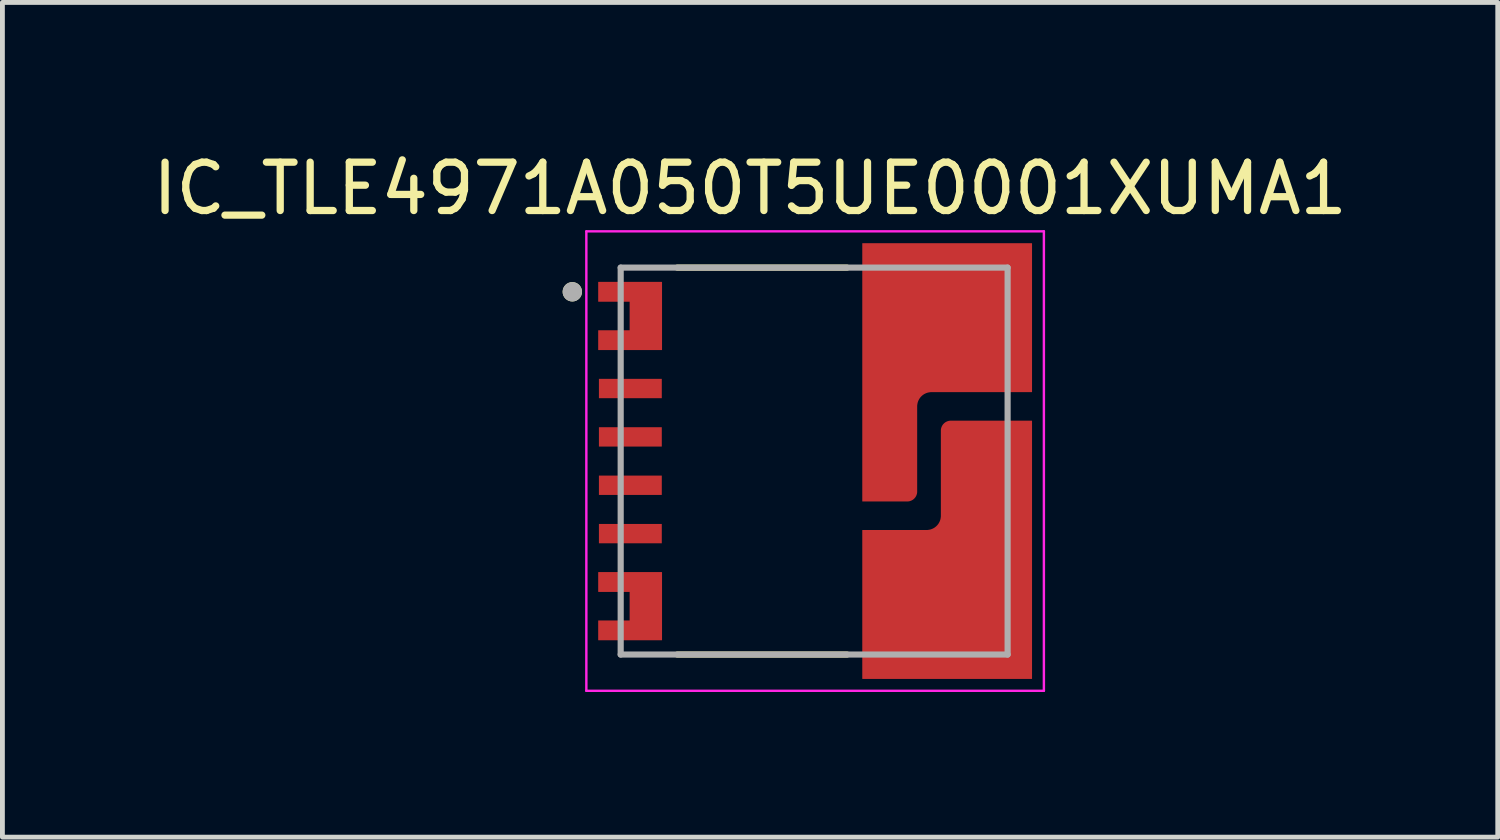
<source format=kicad_pcb>
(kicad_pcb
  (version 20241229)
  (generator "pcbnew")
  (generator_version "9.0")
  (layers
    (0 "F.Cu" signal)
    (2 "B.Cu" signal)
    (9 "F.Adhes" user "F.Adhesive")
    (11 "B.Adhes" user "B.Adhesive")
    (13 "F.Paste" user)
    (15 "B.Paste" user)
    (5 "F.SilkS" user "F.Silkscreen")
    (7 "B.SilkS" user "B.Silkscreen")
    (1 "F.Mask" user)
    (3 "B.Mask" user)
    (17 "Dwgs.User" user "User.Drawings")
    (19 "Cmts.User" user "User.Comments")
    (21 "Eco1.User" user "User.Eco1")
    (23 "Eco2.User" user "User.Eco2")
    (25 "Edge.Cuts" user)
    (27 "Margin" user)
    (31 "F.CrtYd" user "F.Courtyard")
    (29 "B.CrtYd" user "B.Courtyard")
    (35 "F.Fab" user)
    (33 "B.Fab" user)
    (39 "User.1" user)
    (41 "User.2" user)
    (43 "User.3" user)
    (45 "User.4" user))
  (footprint "IC_TLE4971A050T5UE0001XUMA1"
    (layer "F.Cu")
    (at 13.783 6.483)
    (property "Reference" "IC_TLE4971A050T5UE0001XUMA1" (at -1.325 -5.635 0) (layer "F.SilkS") (effects (font (size 1 1) (thickness 0.15))))
    (attr smd)
    (fp_poly (pts (xy -3.05 -3.8) (xy -3.05 -2.2) (xy -4.56 -2.2) (xy -4.56 -2.8) (xy -3.91 -2.8) (xy -3.91 -3.2) (xy -4.56 -3.2) (xy -4.56 -3.8)) (stroke (width 0.01) (type solid)) (fill yes) (layer "F.Mask"))
    (fp_poly (pts (xy -3.05 2.2) (xy -3.05 3.8) (xy -4.56 3.8) (xy -4.56 3.2) (xy -3.91 3.2) (xy -3.91 2.8) (xy -4.56 2.8) (xy -4.56 2.2)) (stroke (width 0.01) (type solid)) (fill yes) (layer "F.Mask"))
    (fp_poly (pts (xy 0.9 -4.6) (xy 0.9 0.93) (xy 1.925 0.93) (xy 1.941 0.93) (xy 1.956 0.928) (xy 1.972 0.926) (xy 1.987 0.923) (xy 2.003 0.92) (xy 2.018 0.915) (xy 2.033 0.91) (xy 2.047 0.904) (xy 2.061 0.897) (xy 2.075 0.89) (xy 2.088 0.882) (xy 2.101 0.873) (xy 2.114 0.863) (xy 2.126 0.853) (xy 2.137 0.842) (xy 2.148 0.831) (xy 2.158 0.819) (xy 2.168 0.806) (xy 2.177 0.793) (xy 2.185 0.78) (xy 2.192 0.766) (xy 2.199 0.752) (xy 2.205 0.738) (xy 2.21 0.723) (xy 2.215 0.708) (xy 2.218 0.692) (xy 2.221 0.677) (xy 2.223 0.661) (xy 2.225 0.646) (xy 2.225 0.63) (xy 2.225 -1.13) (xy 2.225 -1.14) (xy 2.226 -1.151) (xy 2.227 -1.161) (xy 2.229 -1.172) (xy 2.232 -1.182) (xy 2.235 -1.192) (xy 2.238 -1.202) (xy 2.242 -1.211) (xy 2.247 -1.221) (xy 2.252 -1.23) (xy 2.257 -1.239) (xy 2.263 -1.248) (xy 2.27 -1.256) (xy 2.276 -1.264) (xy 2.284 -1.271) (xy 2.291 -1.279) (xy 2.299 -1.285) (xy 2.307 -1.292) (xy 2.316 -1.298) (xy 2.325 -1.303) (xy 2.334 -1.308) (xy 2.344 -1.313) (xy 2.353 -1.317) (xy 2.363 -1.32) (xy 2.373 -1.323) (xy 2.383 -1.326) (xy 2.394 -1.328) (xy 2.404 -1.329) (xy 2.415 -1.33) (xy 2.425 -1.33) (xy 4.6 -1.33) (xy 4.6 -4.6) (xy 0.9 -4.6)) (stroke (width 0.01) (type solid)) (fill yes) (layer "F.Mask"))
    (fp_poly (pts (xy 4.6 4.6) (xy 0.9 4.6) (xy 0.9 1.33) (xy 2.325 1.33) (xy 2.335 1.33) (xy 2.346 1.329) (xy 2.356 1.328) (xy 2.367 1.326) (xy 2.377 1.323) (xy 2.387 1.32) (xy 2.397 1.317) (xy 2.406 1.313) (xy 2.416 1.308) (xy 2.425 1.303) (xy 2.434 1.298) (xy 2.443 1.292) (xy 2.451 1.285) (xy 2.459 1.279) (xy 2.466 1.271) (xy 2.474 1.264) (xy 2.48 1.256) (xy 2.487 1.248) (xy 2.493 1.239) (xy 2.498 1.23) (xy 2.503 1.221) (xy 2.508 1.211) (xy 2.512 1.202) (xy 2.515 1.192) (xy 2.518 1.182) (xy 2.521 1.172) (xy 2.523 1.161) (xy 2.524 1.151) (xy 2.525 1.14) (xy 2.525 1.13) (xy 2.525 -0.63) (xy 2.525 -0.646) (xy 2.527 -0.661) (xy 2.529 -0.677) (xy 2.532 -0.692) (xy 2.535 -0.708) (xy 2.54 -0.723) (xy 2.545 -0.738) (xy 2.551 -0.752) (xy 2.558 -0.766) (xy 2.565 -0.78) (xy 2.573 -0.793) (xy 2.582 -0.806) (xy 2.592 -0.819) (xy 2.602 -0.831) (xy 2.613 -0.842) (xy 2.624 -0.853) (xy 2.636 -0.863) (xy 2.649 -0.873) (xy 2.662 -0.882) (xy 2.675 -0.89) (xy 2.689 -0.897) (xy 2.703 -0.904) (xy 2.717 -0.91) (xy 2.732 -0.915) (xy 2.747 -0.92) (xy 2.763 -0.923) (xy 2.778 -0.926) (xy 2.794 -0.928) (xy 2.809 -0.93) (xy 2.825 -0.93) (xy 4.6 -0.93) (xy 4.6 4.6)) (stroke (width 0.01) (type solid)) (fill yes) (layer "F.Mask"))
    (fp_line (start -2.83 -4) (end 0.68 -4) (stroke (width 0.127) (type solid)) (layer "F.SilkS"))
    (fp_line (start -2.83 4) (end 0.68 4) (stroke (width 0.127) (type solid)) (layer "F.SilkS"))
    (fp_circle (center -5 -3.5) (end -4.9 -3.5) (stroke (width 0.2) (type solid)) (fill no) (layer "F.SilkS"))
    (fp_poly (pts (xy -4.44 -3.65) (xy -3.24 -3.65) (xy -3.24 -3.35) (xy -4.44 -3.35)) (stroke (width 0.01) (type solid)) (fill yes) (layer "F.Paste"))
    (fp_poly (pts (xy -4.44 -2.65) (xy -3.24 -2.65) (xy -3.24 -2.35) (xy -4.44 -2.35)) (stroke (width 0.01) (type solid)) (fill yes) (layer "F.Paste"))
    (fp_poly (pts (xy -4.44 -1.65) (xy -3.24 -1.65) (xy -3.24 -1.35) (xy -4.44 -1.35)) (stroke (width 0.01) (type solid)) (fill yes) (layer "F.Paste"))
    (fp_poly (pts (xy -4.44 -0.65) (xy -3.24 -0.65) (xy -3.24 -0.35) (xy -4.44 -0.35)) (stroke (width 0.01) (type solid)) (fill yes) (layer "F.Paste"))
    (fp_poly (pts (xy -4.44 0.35) (xy -3.24 0.35) (xy -3.24 0.65) (xy -4.44 0.65)) (stroke (width 0.01) (type solid)) (fill yes) (layer "F.Paste"))
    (fp_poly (pts (xy -4.44 1.35) (xy -3.24 1.35) (xy -3.24 1.65) (xy -4.44 1.65)) (stroke (width 0.01) (type solid)) (fill yes) (layer "F.Paste"))
    (fp_poly (pts (xy -4.44 2.35) (xy -3.24 2.35) (xy -3.24 2.65) (xy -4.44 2.65)) (stroke (width 0.01) (type solid)) (fill yes) (layer "F.Paste"))
    (fp_poly (pts (xy -4.44 3.35) (xy -3.24 3.35) (xy -3.24 3.65) (xy -4.44 3.65)) (stroke (width 0.01) (type solid)) (fill yes) (layer "F.Paste"))
    (fp_poly (pts (xy -3.74 -3.2) (xy -3.24 -3.2) (xy -3.24 -2.8) (xy -3.74 -2.8)) (stroke (width 0.01) (type solid)) (fill yes) (layer "F.Paste"))
    (fp_poly (pts (xy -3.74 2.8) (xy -3.24 2.8) (xy -3.24 3.2) (xy -3.74 3.2)) (stroke (width 0.01) (type solid)) (fill yes) (layer "F.Paste"))
    (fp_poly (pts (xy 1.211 -4.25) (xy 1.911 -4.25) (xy 1.911 -3.025) (xy 1.211 -3.025)) (stroke (width 0.01) (type solid)) (fill yes) (layer "F.Paste"))
    (fp_poly (pts (xy 1.211 -2.225) (xy 1.911 -2.225) (xy 1.911 -0.625) (xy 1.211 -0.625)) (stroke (width 0.01) (type solid)) (fill yes) (layer "F.Paste"))
    (fp_poly (pts (xy 1.211 0.175) (xy 1.911 0.175) (xy 1.911 0.63) (xy 1.211 0.63)) (stroke (width 0.01) (type solid)) (fill yes) (layer "F.Paste"))
    (fp_poly (pts (xy 1.211 1.63) (xy 1.911 1.63) (xy 1.911 2.175) (xy 1.211 2.175)) (stroke (width 0.01) (type solid)) (fill yes) (layer "F.Paste"))
    (fp_poly (pts (xy 1.211 2.975) (xy 1.911 2.975) (xy 1.911 4.25) (xy 1.211 4.25)) (stroke (width 0.01) (type solid)) (fill yes) (layer "F.Paste"))
    (fp_poly (pts (xy 2.111 -4.25) (xy 3.061 -4.25) (xy 3.061 -1.63) (xy 2.111 -1.63)) (stroke (width 0.01) (type solid)) (fill yes) (layer "F.Paste"))
    (fp_poly (pts (xy 2.111 1.63) (xy 2.648 1.63) (xy 2.648 4.25) (xy 2.111 4.25)) (stroke (width 0.01) (type solid)) (fill yes) (layer "F.Paste"))
    (fp_poly (pts (xy 2.848 -0.625) (xy 3.711 -0.625) (xy 3.711 -0.125) (xy 2.848 -0.125)) (stroke (width 0.01) (type solid)) (fill yes) (layer "F.Paste"))
    (fp_poly (pts (xy 2.848 0.675) (xy 3.711 0.675) (xy 3.711 2.175) (xy 2.848 2.175)) (stroke (width 0.01) (type solid)) (fill yes) (layer "F.Paste"))
    (fp_poly (pts (xy 2.848 2.975) (xy 3.711 2.975) (xy 3.711 4.25) (xy 2.848 4.25)) (stroke (width 0.01) (type solid)) (fill yes) (layer "F.Paste"))
    (fp_poly (pts (xy 3.261 -4.25) (xy 3.711 -4.25) (xy 3.711 -3.025) (xy 3.261 -3.025)) (stroke (width 0.01) (type solid)) (fill yes) (layer "F.Paste"))
    (fp_poly (pts (xy 3.261 -2.225) (xy 3.711 -2.225) (xy 3.711 -1.63) (xy 3.261 -1.63)) (stroke (width 0.01) (type solid)) (fill yes) (layer "F.Paste"))
    (fp_poly (pts (xy 3.911 -4.25) (xy 4.311 -4.25) (xy 4.311 -1.63) (xy 3.911 -1.63)) (stroke (width 0.01) (type solid)) (fill yes) (layer "F.Paste"))
    (fp_poly (pts (xy 3.911 -0.625) (xy 4.311 -0.625) (xy 4.311 1.43) (xy 3.911 1.43)) (stroke (width 0.01) (type solid)) (fill yes) (layer "F.Paste"))
    (fp_poly (pts (xy 3.911 1.63) (xy 4.311 1.63) (xy 4.311 4.25) (xy 3.911 4.25)) (stroke (width 0.01) (type solid)) (fill yes) (layer "F.Paste"))
    (fp_line (start -4.71 -4.75) (end -4.71 4.75) (stroke (width 0.05) (type solid)) (layer "F.CrtYd"))
    (fp_line (start -4.71 4.75) (end 4.75 4.75) (stroke (width 0.05) (type solid)) (layer "F.CrtYd"))
    (fp_line (start 4.75 -4.75) (end -4.71 -4.75) (stroke (width 0.05) (type solid)) (layer "F.CrtYd"))
    (fp_line (start 4.75 4.75) (end 4.75 -4.75) (stroke (width 0.05) (type solid)) (layer "F.CrtYd"))
    (fp_line (start -4 -4) (end 4 -4) (stroke (width 0.127) (type solid)) (layer "F.Fab"))
    (fp_line (start -4 4) (end -4 -4) (stroke (width 0.127) (type solid)) (layer "F.Fab"))
    (fp_line (start 4 -4) (end 4 4) (stroke (width 0.127) (type solid)) (layer "F.Fab"))
    (fp_line (start 4 4) (end -4 4) (stroke (width 0.127) (type solid)) (layer "F.Fab"))
    (fp_circle (center -5 -3.5) (end -4.9 -3.5) (stroke (width 0.2) (type solid)) (fill no) (layer "F.Fab"))
    (pad "1" smd custom (at -3.5 -3) (size 0.4 0.4) (layers "F.Cu") (options (anchor rect)) (primitives (gr_poly (pts (xy 0.35 -0.7) (xy 0.35 0.7) (xy -0.96 0.7) (xy -0.96 0.3) (xy -0.31 0.3) (xy -0.31 -0.3) (xy -0.96 -0.3) (xy -0.96 -0.7)) (width 0.01) (fill yes))))
    (pad "2" smd rect (at -3.8 -1.5) (size 1.3 0.4) (layers "F.Cu" "F.Mask"))
    (pad "3" smd rect (at -3.8 -0.5) (size 1.3 0.4) (layers "F.Cu" "F.Mask"))
    (pad "4" smd rect (at -3.8 0.5) (size 1.3 0.4) (layers "F.Cu" "F.Mask"))
    (pad "5" smd rect (at -3.8 1.5) (size 1.3 0.4) (layers "F.Cu" "F.Mask"))
    (pad "6" smd custom (at -3.5 3) (size 0.4 0.4) (layers "F.Cu") (options (anchor rect)) (primitives (gr_poly (pts (xy 0.35 -0.7) (xy 0.35 0.7) (xy -0.96 0.7) (xy -0.96 0.3) (xy -0.31 0.3) (xy -0.31 -0.3) (xy -0.96 -0.3) (xy -0.96 -0.7)) (width 0.01) (fill yes))))
    (pad "7" smd custom (at 3.5 3) (size 0.4 0.4) (layers "F.Cu") (options (anchor rect)) (primitives (gr_poly (pts (xy 1 1.5) (xy -2.5 1.5) (xy -2.5 -1.57) (xy -1.175 -1.57) (xy -1.159 -1.57) (xy -1.144 -1.572) (xy -1.128 -1.574) (xy -1.113 -1.577) (xy -1.097 -1.58) (xy -1.082 -1.585) (xy -1.067 -1.59) (xy -1.053 -1.596) (xy -1.039 -1.603) (xy -1.025 -1.61) (xy -1.012 -1.618) (xy -0.999 -1.627) (xy -0.986 -1.637) (xy -0.974 -1.647) (xy -0.963 -1.658) (xy -0.952 -1.669) (xy -0.942 -1.681) (xy -0.932 -1.694) (xy -0.923 -1.707) (xy -0.915 -1.72) (xy -0.908 -1.734) (xy -0.901 -1.748) (xy -0.895 -1.762) (xy -0.89 -1.777) (xy -0.885 -1.792) (xy -0.882 -1.808) (xy -0.879 -1.823) (xy -0.877 -1.839) (xy -0.875 -1.854) (xy -0.875 -1.87) (xy -0.875 -3.63) (xy -0.875 -3.64) (xy -0.874 -3.651) (xy -0.873 -3.661) (xy -0.871 -3.672) (xy -0.868 -3.682) (xy -0.865 -3.692) (xy -0.862 -3.702) (xy -0.858 -3.711) (xy -0.853 -3.721) (xy -0.848 -3.73) (xy -0.843 -3.739) (xy -0.837 -3.748) (xy -0.83 -3.756) (xy -0.824 -3.764) (xy -0.816 -3.771) (xy -0.809 -3.779) (xy -0.801 -3.785) (xy -0.793 -3.792) (xy -0.784 -3.798) (xy -0.775 -3.803) (xy -0.766 -3.808) (xy -0.756 -3.813) (xy -0.747 -3.817) (xy -0.737 -3.82) (xy -0.727 -3.823) (xy -0.717 -3.826) (xy -0.706 -3.828) (xy -0.696 -3.829) (xy -0.685 -3.83) (xy -0.675 -3.83) (xy 1 -3.83) (xy 1 1.5)) (width 0.01) (fill yes))))
    (pad "8" smd custom (at 3.5 -3) (size 0.4 0.4) (layers "F.Cu") (options (anchor rect)) (primitives (gr_poly (pts (xy -2.5 -1.5) (xy -2.5 3.83) (xy -1.575 3.83) (xy -1.565 3.83) (xy -1.554 3.829) (xy -1.544 3.828) (xy -1.533 3.826) (xy -1.523 3.823) (xy -1.513 3.82) (xy -1.503 3.817) (xy -1.494 3.813) (xy -1.484 3.808) (xy -1.475 3.803) (xy -1.466 3.798) (xy -1.457 3.792) (xy -1.449 3.785) (xy -1.441 3.779) (xy -1.434 3.771) (xy -1.426 3.764) (xy -1.42 3.756) (xy -1.413 3.748) (xy -1.407 3.739) (xy -1.402 3.73) (xy -1.397 3.721) (xy -1.392 3.711) (xy -1.388 3.702) (xy -1.385 3.692) (xy -1.382 3.682) (xy -1.379 3.672) (xy -1.377 3.661) (xy -1.376 3.651) (xy -1.375 3.64) (xy -1.375 3.63) (xy -1.375 1.87) (xy -1.375 1.854) (xy -1.373 1.839) (xy -1.371 1.823) (xy -1.368 1.808) (xy -1.365 1.792) (xy -1.36 1.777) (xy -1.355 1.762) (xy -1.349 1.748) (xy -1.342 1.734) (xy -1.335 1.72) (xy -1.327 1.707) (xy -1.318 1.694) (xy -1.308 1.681) (xy -1.298 1.669) (xy -1.287 1.658) (xy -1.276 1.647) (xy -1.264 1.637) (xy -1.251 1.627) (xy -1.238 1.618) (xy -1.225 1.61) (xy -1.211 1.603) (xy -1.197 1.596) (xy -1.183 1.59) (xy -1.168 1.585) (xy -1.153 1.58) (xy -1.137 1.577) (xy -1.122 1.574) (xy -1.106 1.572) (xy -1.091 1.57) (xy -1.075 1.57) (xy 1 1.57) (xy 1 -1.5) (xy -2.5 -1.5)) (width 0.01) (fill yes)))))
  (gr_rect
    (start -3 -3)
    (end 27.917 14.258)
    (stroke (width 0.1) (type default))
    (fill no)
    (layer "Edge.Cuts")))
</source>
